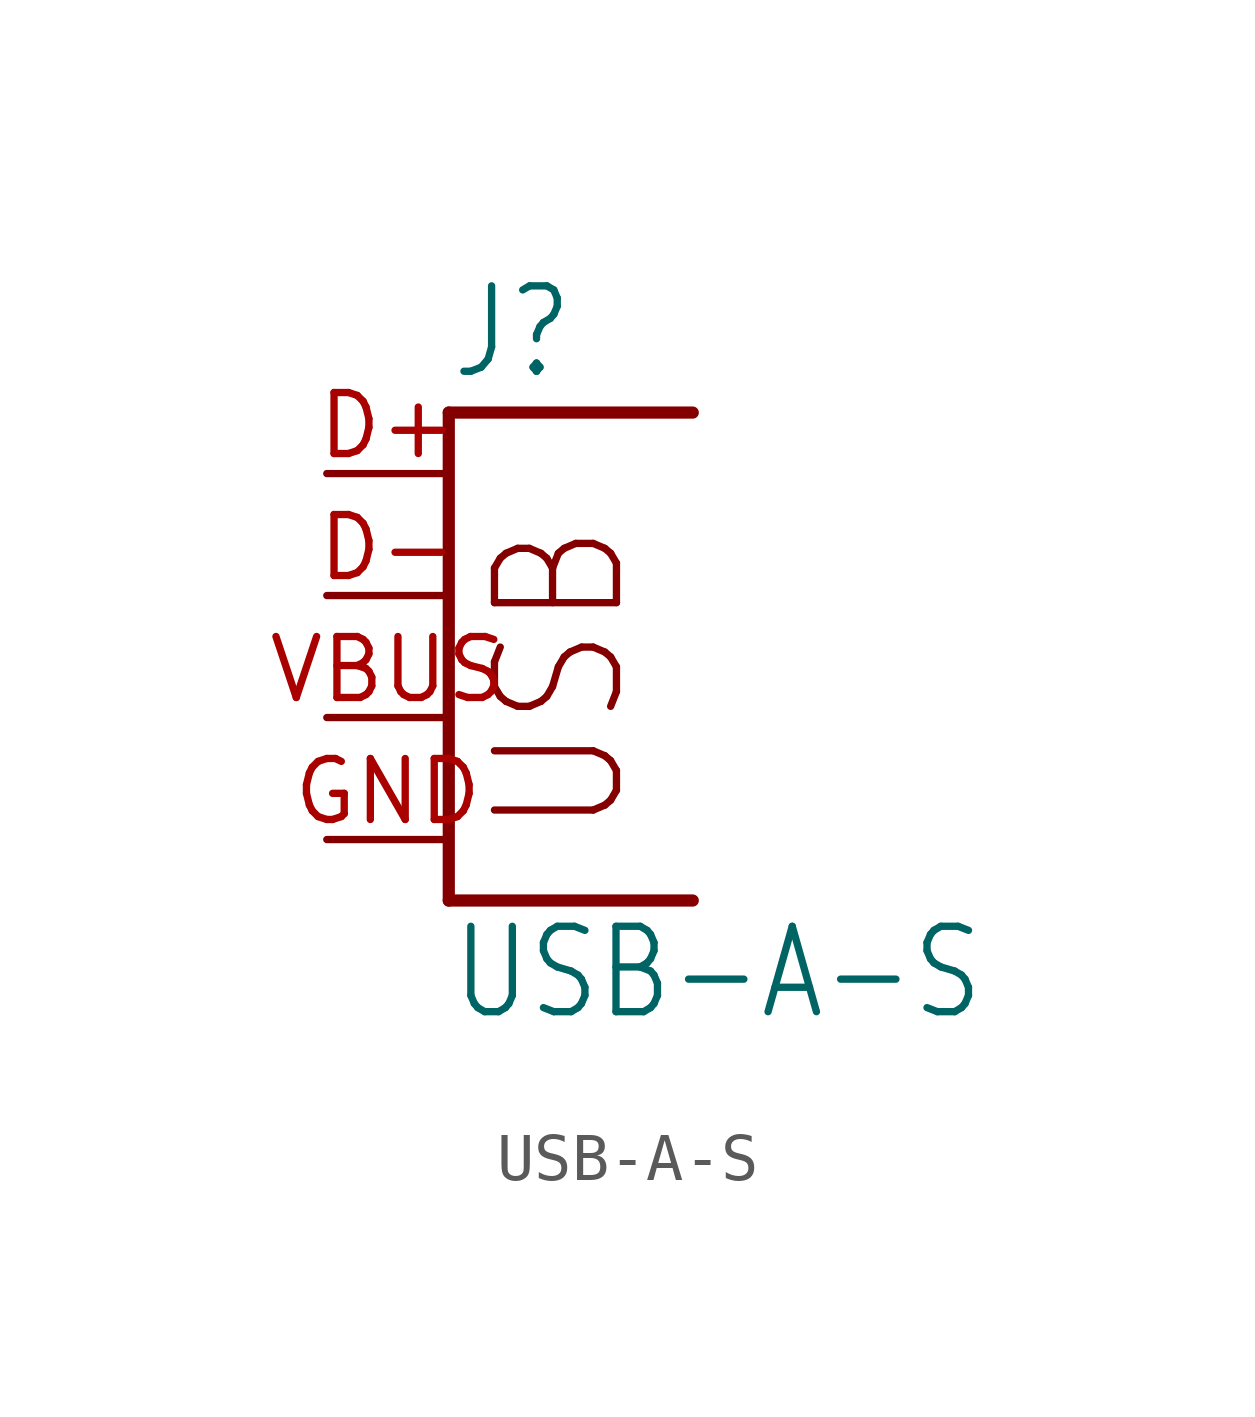
<source format=kicad_sym>
(kicad_symbol_lib
  (version 20211014)
  (generator kicad_symbol_editor)
  (symbol "USB-A-S"
    (property "Reference" "J"
      (at 0 9.525 0)
      (effects (font (size 1.778 1.511)) (justify left bottom)))
    (property "Value" "USB-A-S"
      (at 0 -3.81 0)
      (effects (font (size 1.778 1.511)) (justify left bottom)))
    (property "ki_locked" ""
      (at 0 0 0)
      (effects (font (size 1.27 1.27))))
    (symbol "USB-A-S_1_0"
      (polyline (pts (xy 0 -1.27) (xy 5.08 -1.27)) (stroke (width 0.254) (type default) (color 0 0 0 0)) (fill (type none)))
      (polyline (pts (xy 0 8.89) (xy 0 -1.27)) (stroke (width 0.254) (type default) (color 0 0 0 0)) (fill (type none)))
      (polyline (pts (xy 5.08 8.89) (xy 0 8.89)) (stroke (width 0.254) (type default) (color 0 0 0 0)) (fill (type none)))
      (text "USB" (at 3.81 0 900) (effects (font (size 2.54 2.159)) (justify left bottom)))
      (pin bidirectional line (at -2.54 7.62 0) (length 2.54) (name "D+" (effects (font (size 0 0)))) (number "D+" (effects (font (size 1.27 1.27)))))
      (pin bidirectional line (at -2.54 5.08 0) (length 2.54) (name "D-" (effects (font (size 0 0)))) (number "D-" (effects (font (size 1.27 1.27)))))
      (pin bidirectional line (at -2.54 0 0) (length 2.54) (name "GND" (effects (font (size 0 0)))) (number "GND" (effects (font (size 1.27 1.27)))))
      (pin bidirectional line (at -2.54 2.54 0) (length 2.54) (name "VBUS" (effects (font (size 0 0)))) (number "VBUS" (effects (font (size 1.27 1.27))))))))
</source>
